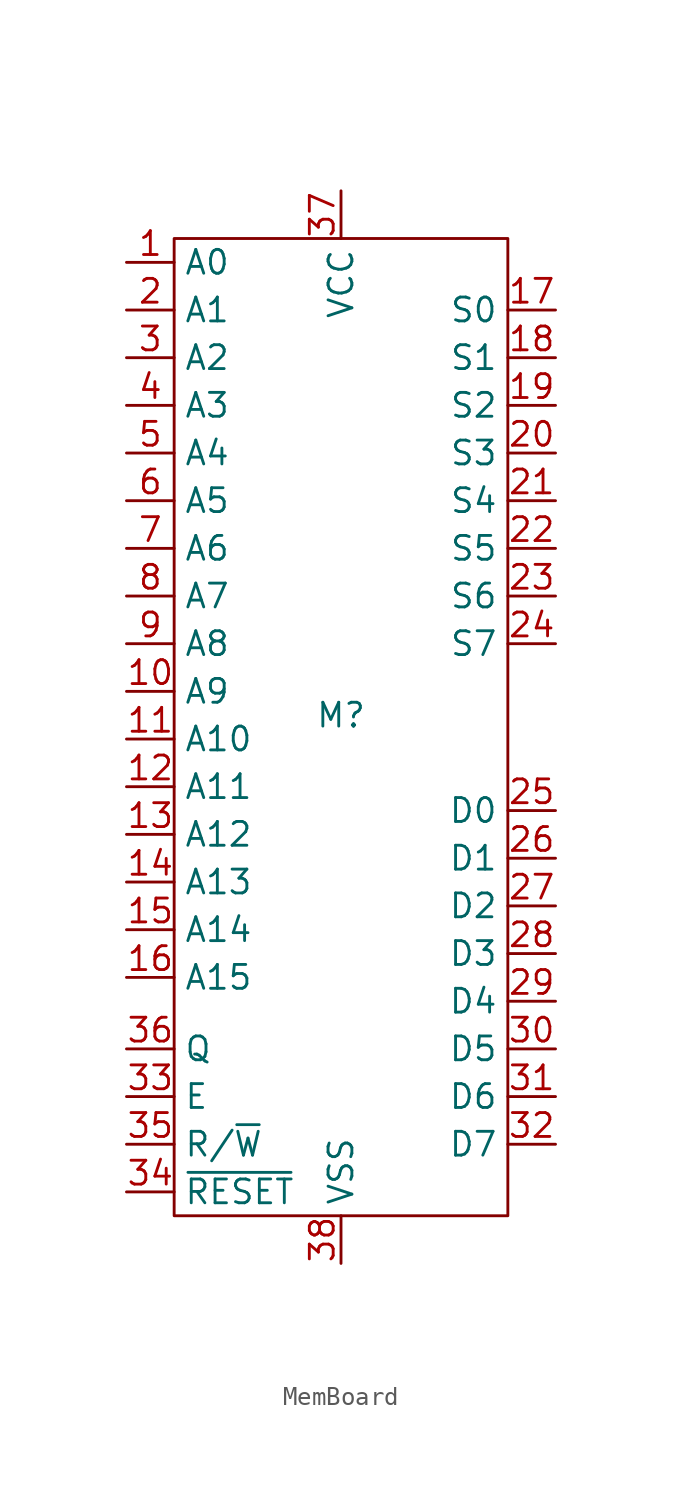
<source format=kicad_sym>
(kicad_symbol_lib
  (version 20241209)
  (generator "kicad_symbol_editor")
  (generator_version "9.0")
  (symbol "MemBoard"
    (property "Reference" "M"
      (at 0 0 0)
      (effects (font (size 1.27 1.27))))
    (property "Value" ""
      (at 0 0 0)
      (effects (font (size 1.27 1.27))))
    (symbol "MemBoard_0_0"
      (pin input line (at -11.43 24.13 0) (length 2.54) (name "A0" (effects (font (size 1.27 1.27)))) (number "1" (effects (font (size 1.27 1.27)))))
      (pin input line (at -11.43 21.59 0) (length 2.54) (name "A1" (effects (font (size 1.27 1.27)))) (number "2" (effects (font (size 1.27 1.27)))))
      (pin input line (at -11.43 19.05 0) (length 2.54) (name "A2" (effects (font (size 1.27 1.27)))) (number "3" (effects (font (size 1.27 1.27)))))
      (pin input line (at -11.43 16.51 0) (length 2.54) (name "A3" (effects (font (size 1.27 1.27)))) (number "4" (effects (font (size 1.27 1.27)))))
      (pin input line (at -11.43 13.97 0) (length 2.54) (name "A4" (effects (font (size 1.27 1.27)))) (number "5" (effects (font (size 1.27 1.27)))))
      (pin input line (at -11.43 11.43 0) (length 2.54) (name "A5" (effects (font (size 1.27 1.27)))) (number "6" (effects (font (size 1.27 1.27)))))
      (pin input line (at -11.43 8.89 0) (length 2.54) (name "A6" (effects (font (size 1.27 1.27)))) (number "7" (effects (font (size 1.27 1.27)))))
      (pin input line (at -11.43 6.35 0) (length 2.54) (name "A7" (effects (font (size 1.27 1.27)))) (number "8" (effects (font (size 1.27 1.27)))))
      (pin input line (at -11.43 3.81 0) (length 2.54) (name "A8" (effects (font (size 1.27 1.27)))) (number "9" (effects (font (size 1.27 1.27)))))
      (pin input line (at -11.43 1.27 0) (length 2.54) (name "A9" (effects (font (size 1.27 1.27)))) (number "10" (effects (font (size 1.27 1.27)))))
      (pin input line (at -11.43 -1.27 0) (length 2.54) (name "A10" (effects (font (size 1.27 1.27)))) (number "11" (effects (font (size 1.27 1.27)))))
      (pin input line (at -11.43 -3.81 0) (length 2.54) (name "A11" (effects (font (size 1.27 1.27)))) (number "12" (effects (font (size 1.27 1.27)))))
      (pin input line (at -11.43 -6.35 0) (length 2.54) (name "A12" (effects (font (size 1.27 1.27)))) (number "13" (effects (font (size 1.27 1.27)))))
      (pin input line (at -11.43 -8.89 0) (length 2.54) (name "A13" (effects (font (size 1.27 1.27)))) (number "14" (effects (font (size 1.27 1.27)))))
      (pin input line (at -11.43 -11.43 0) (length 2.54) (name "A14" (effects (font (size 1.27 1.27)))) (number "15" (effects (font (size 1.27 1.27)))))
      (pin input line (at -11.43 -13.97 0) (length 2.54) (name "A15" (effects (font (size 1.27 1.27)))) (number "16" (effects (font (size 1.27 1.27)))))
      (pin input line (at -11.43 -17.78 0) (length 2.54) (name "Q" (effects (font (size 1.27 1.27)))) (number "36" (effects (font (size 1.27 1.27)))))
      (pin input line (at -11.43 -20.32 0) (length 2.54) (name "E" (effects (font (size 1.27 1.27)))) (number "33" (effects (font (size 1.27 1.27)))))
      (pin input line (at -11.43 -22.86 0) (length 2.54) (name "R/~{W}" (effects (font (size 1.27 1.27)))) (number "35" (effects (font (size 1.27 1.27)))))
      (pin input line (at -11.43 -25.4 0) (length 2.54) (name "~{RESET}" (effects (font (size 1.27 1.27)))) (number "34" (effects (font (size 1.27 1.27)))))
      (pin power_in line (at 0 27.94 270) (length 2.54) (name "VCC" (effects (font (size 1.27 1.27)))) (number "37" (effects (font (size 1.27 1.27)))))
      (pin power_in line (at 0 -29.21 90) (length 2.54) (name "VSS" (effects (font (size 1.27 1.27)))) (number "38" (effects (font (size 1.27 1.27)))))
      (pin input line (at 11.43 21.59 180) (length 2.54) (name "S0" (effects (font (size 1.27 1.27)))) (number "17" (effects (font (size 1.27 1.27)))))
      (pin input line (at 11.43 19.05 180) (length 2.54) (name "S1" (effects (font (size 1.27 1.27)))) (number "18" (effects (font (size 1.27 1.27)))))
      (pin input line (at 11.43 16.51 180) (length 2.54) (name "S2" (effects (font (size 1.27 1.27)))) (number "19" (effects (font (size 1.27 1.27)))))
      (pin input line (at 11.43 13.97 180) (length 2.54) (name "S3" (effects (font (size 1.27 1.27)))) (number "20" (effects (font (size 1.27 1.27)))))
      (pin input line (at 11.43 11.43 180) (length 2.54) (name "S4" (effects (font (size 1.27 1.27)))) (number "21" (effects (font (size 1.27 1.27)))))
      (pin input line (at 11.43 8.89 180) (length 2.54) (name "S5" (effects (font (size 1.27 1.27)))) (number "22" (effects (font (size 1.27 1.27)))))
      (pin input line (at 11.43 6.35 180) (length 2.54) (name "S6" (effects (font (size 1.27 1.27)))) (number "23" (effects (font (size 1.27 1.27)))))
      (pin input line (at 11.43 3.81 180) (length 2.54) (name "S7" (effects (font (size 1.27 1.27)))) (number "24" (effects (font (size 1.27 1.27)))))
      (pin bidirectional line (at 11.43 -5.08 180) (length 2.54) (name "D0" (effects (font (size 1.27 1.27)))) (number "25" (effects (font (size 1.27 1.27)))))
      (pin bidirectional line (at 11.43 -7.62 180) (length 2.54) (name "D1" (effects (font (size 1.27 1.27)))) (number "26" (effects (font (size 1.27 1.27)))))
      (pin bidirectional line (at 11.43 -10.16 180) (length 2.54) (name "D2" (effects (font (size 1.27 1.27)))) (number "27" (effects (font (size 1.27 1.27)))))
      (pin bidirectional line (at 11.43 -12.7 180) (length 2.54) (name "D3" (effects (font (size 1.27 1.27)))) (number "28" (effects (font (size 1.27 1.27)))))
      (pin bidirectional line (at 11.43 -15.24 180) (length 2.54) (name "D4" (effects (font (size 1.27 1.27)))) (number "29" (effects (font (size 1.27 1.27)))))
      (pin bidirectional line (at 11.43 -17.78 180) (length 2.54) (name "D5" (effects (font (size 1.27 1.27)))) (number "30" (effects (font (size 1.27 1.27)))))
      (pin bidirectional line (at 11.43 -20.32 180) (length 2.54) (name "D6" (effects (font (size 1.27 1.27)))) (number "31" (effects (font (size 1.27 1.27)))))
      (pin bidirectional line (at 11.43 -22.86 180) (length 2.54) (name "D7" (effects (font (size 1.27 1.27)))) (number "32" (effects (font (size 1.27 1.27))))))
    (symbol "MemBoard_0_1"
      (rectangle (start -8.89 25.4) (end 8.89 -26.67) (stroke (width 0) (type default)) (fill (type none))))))
</source>
